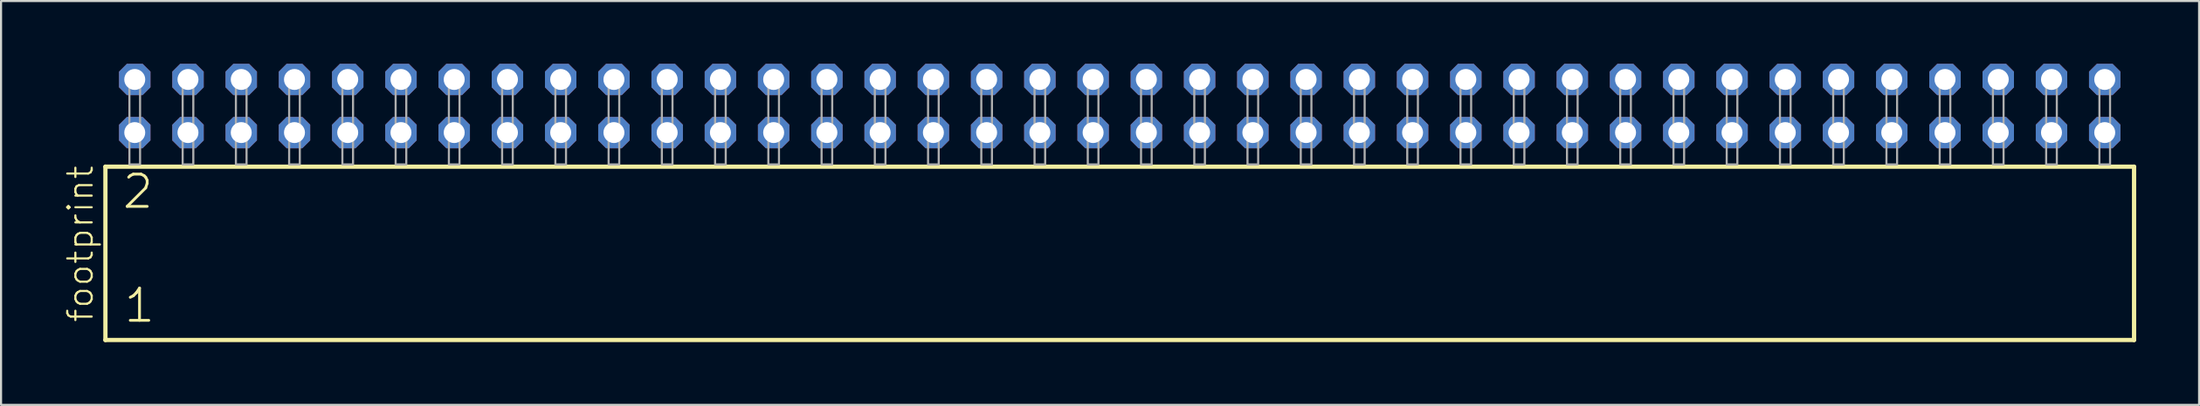
<source format=kicad_pcb>
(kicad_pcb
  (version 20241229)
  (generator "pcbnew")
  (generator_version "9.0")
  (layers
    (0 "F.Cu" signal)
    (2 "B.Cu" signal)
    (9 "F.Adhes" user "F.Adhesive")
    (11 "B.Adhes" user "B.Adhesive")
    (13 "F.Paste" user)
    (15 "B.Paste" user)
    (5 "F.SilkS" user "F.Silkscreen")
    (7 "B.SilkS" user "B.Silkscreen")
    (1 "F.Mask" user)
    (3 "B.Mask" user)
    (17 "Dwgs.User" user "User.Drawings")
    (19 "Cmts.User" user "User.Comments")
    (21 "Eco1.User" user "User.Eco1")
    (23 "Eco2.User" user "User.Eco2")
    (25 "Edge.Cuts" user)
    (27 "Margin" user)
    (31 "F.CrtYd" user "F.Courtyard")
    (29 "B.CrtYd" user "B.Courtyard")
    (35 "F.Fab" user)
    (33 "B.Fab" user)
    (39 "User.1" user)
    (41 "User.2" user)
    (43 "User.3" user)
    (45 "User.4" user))
  (footprint "footprint"
    (layer "F.Cu")
    (at 50.368 4.814)
    (property "Reference" "footprint" (at -48.895 7.62 90) (layer "F.SilkS") (effects (font (size 1.168 1.168) (thickness 0.102)) (justify left bottom)))
    (fp_line (start -48.389 0.106) (end -48.389 8.396) (stroke (width 0.203) (type solid)) (layer "F.SilkS"))
    (fp_line (start -48.389 8.396) (end 48.389 8.396) (stroke (width 0.203) (type solid)) (layer "F.SilkS"))
    (fp_line (start 48.389 0.106) (end -48.389 0.106) (stroke (width 0.203) (type solid)) (layer "F.SilkS"))
    (fp_line (start 48.389 8.396) (end 48.389 0.106) (stroke (width 0.203) (type solid)) (layer "F.SilkS"))
    (fp_poly (pts (xy -47.244 0) (xy -46.736 0) (xy -46.736 -4.318) (xy -47.244 -4.318)) (stroke (width 0.1) (type solid)) (fill no) (layer "F.Fab"))
    (fp_poly (pts (xy -44.704 0) (xy -44.196 0) (xy -44.196 -4.318) (xy -44.704 -4.318)) (stroke (width 0.1) (type solid)) (fill no) (layer "F.Fab"))
    (fp_poly (pts (xy -42.164 0) (xy -41.656 0) (xy -41.656 -4.318) (xy -42.164 -4.318)) (stroke (width 0.1) (type solid)) (fill no) (layer "F.Fab"))
    (fp_poly (pts (xy -39.624 0) (xy -39.116 0) (xy -39.116 -4.318) (xy -39.624 -4.318)) (stroke (width 0.1) (type solid)) (fill no) (layer "F.Fab"))
    (fp_poly (pts (xy -37.084 0) (xy -36.576 0) (xy -36.576 -4.318) (xy -37.084 -4.318)) (stroke (width 0.1) (type solid)) (fill no) (layer "F.Fab"))
    (fp_poly (pts (xy -34.544 0) (xy -34.036 0) (xy -34.036 -4.318) (xy -34.544 -4.318)) (stroke (width 0.1) (type solid)) (fill no) (layer "F.Fab"))
    (fp_poly (pts (xy -32.004 0) (xy -31.496 0) (xy -31.496 -4.318) (xy -32.004 -4.318)) (stroke (width 0.1) (type solid)) (fill no) (layer "F.Fab"))
    (fp_poly (pts (xy -29.464 0) (xy -28.956 0) (xy -28.956 -4.318) (xy -29.464 -4.318)) (stroke (width 0.1) (type solid)) (fill no) (layer "F.Fab"))
    (fp_poly (pts (xy -26.924 0) (xy -26.416 0) (xy -26.416 -4.318) (xy -26.924 -4.318)) (stroke (width 0.1) (type solid)) (fill no) (layer "F.Fab"))
    (fp_poly (pts (xy -24.384 0) (xy -23.876 0) (xy -23.876 -4.318) (xy -24.384 -4.318)) (stroke (width 0.1) (type solid)) (fill no) (layer "F.Fab"))
    (fp_poly (pts (xy -21.844 0) (xy -21.336 0) (xy -21.336 -4.318) (xy -21.844 -4.318)) (stroke (width 0.1) (type solid)) (fill no) (layer "F.Fab"))
    (fp_poly (pts (xy -19.304 0) (xy -18.796 0) (xy -18.796 -4.318) (xy -19.304 -4.318)) (stroke (width 0.1) (type solid)) (fill no) (layer "F.Fab"))
    (fp_poly (pts (xy -16.764 0) (xy -16.256 0) (xy -16.256 -4.318) (xy -16.764 -4.318)) (stroke (width 0.1) (type solid)) (fill no) (layer "F.Fab"))
    (fp_poly (pts (xy -14.224 0) (xy -13.716 0) (xy -13.716 -4.318) (xy -14.224 -4.318)) (stroke (width 0.1) (type solid)) (fill no) (layer "F.Fab"))
    (fp_poly (pts (xy -11.684 0) (xy -11.176 0) (xy -11.176 -4.318) (xy -11.684 -4.318)) (stroke (width 0.1) (type solid)) (fill no) (layer "F.Fab"))
    (fp_poly (pts (xy -9.144 0) (xy -8.636 0) (xy -8.636 -4.318) (xy -9.144 -4.318)) (stroke (width 0.1) (type solid)) (fill no) (layer "F.Fab"))
    (fp_poly (pts (xy -6.604 0) (xy -6.096 0) (xy -6.096 -4.318) (xy -6.604 -4.318)) (stroke (width 0.1) (type solid)) (fill no) (layer "F.Fab"))
    (fp_poly (pts (xy -4.064 0) (xy -3.556 0) (xy -3.556 -4.318) (xy -4.064 -4.318)) (stroke (width 0.1) (type solid)) (fill no) (layer "F.Fab"))
    (fp_poly (pts (xy -1.524 0) (xy -1.016 0) (xy -1.016 -4.318) (xy -1.524 -4.318)) (stroke (width 0.1) (type solid)) (fill no) (layer "F.Fab"))
    (fp_poly (pts (xy 1.016 0) (xy 1.524 0) (xy 1.524 -4.318) (xy 1.016 -4.318)) (stroke (width 0.1) (type solid)) (fill no) (layer "F.Fab"))
    (fp_poly (pts (xy 3.556 0) (xy 4.064 0) (xy 4.064 -4.318) (xy 3.556 -4.318)) (stroke (width 0.1) (type solid)) (fill no) (layer "F.Fab"))
    (fp_poly (pts (xy 6.096 0) (xy 6.604 0) (xy 6.604 -4.318) (xy 6.096 -4.318)) (stroke (width 0.1) (type solid)) (fill no) (layer "F.Fab"))
    (fp_poly (pts (xy 8.636 0) (xy 9.144 0) (xy 9.144 -4.318) (xy 8.636 -4.318)) (stroke (width 0.1) (type solid)) (fill no) (layer "F.Fab"))
    (fp_poly (pts (xy 11.176 0) (xy 11.684 0) (xy 11.684 -4.318) (xy 11.176 -4.318)) (stroke (width 0.1) (type solid)) (fill no) (layer "F.Fab"))
    (fp_poly (pts (xy 13.716 0) (xy 14.224 0) (xy 14.224 -4.318) (xy 13.716 -4.318)) (stroke (width 0.1) (type solid)) (fill no) (layer "F.Fab"))
    (fp_poly (pts (xy 16.256 0) (xy 16.764 0) (xy 16.764 -4.318) (xy 16.256 -4.318)) (stroke (width 0.1) (type solid)) (fill no) (layer "F.Fab"))
    (fp_poly (pts (xy 18.796 0) (xy 19.304 0) (xy 19.304 -4.318) (xy 18.796 -4.318)) (stroke (width 0.1) (type solid)) (fill no) (layer "F.Fab"))
    (fp_poly (pts (xy 21.336 0) (xy 21.844 0) (xy 21.844 -4.318) (xy 21.336 -4.318)) (stroke (width 0.1) (type solid)) (fill no) (layer "F.Fab"))
    (fp_poly (pts (xy 23.876 0) (xy 24.384 0) (xy 24.384 -4.318) (xy 23.876 -4.318)) (stroke (width 0.1) (type solid)) (fill no) (layer "F.Fab"))
    (fp_poly (pts (xy 26.416 0) (xy 26.924 0) (xy 26.924 -4.318) (xy 26.416 -4.318)) (stroke (width 0.1) (type solid)) (fill no) (layer "F.Fab"))
    (fp_poly (pts (xy 28.956 0) (xy 29.464 0) (xy 29.464 -4.318) (xy 28.956 -4.318)) (stroke (width 0.1) (type solid)) (fill no) (layer "F.Fab"))
    (fp_poly (pts (xy 31.496 0) (xy 32.004 0) (xy 32.004 -4.318) (xy 31.496 -4.318)) (stroke (width 0.1) (type solid)) (fill no) (layer "F.Fab"))
    (fp_poly (pts (xy 34.036 0) (xy 34.544 0) (xy 34.544 -4.318) (xy 34.036 -4.318)) (stroke (width 0.1) (type solid)) (fill no) (layer "F.Fab"))
    (fp_poly (pts (xy 36.576 0) (xy 37.084 0) (xy 37.084 -4.318) (xy 36.576 -4.318)) (stroke (width 0.1) (type solid)) (fill no) (layer "F.Fab"))
    (fp_poly (pts (xy 39.116 0) (xy 39.624 0) (xy 39.624 -4.318) (xy 39.116 -4.318)) (stroke (width 0.1) (type solid)) (fill no) (layer "F.Fab"))
    (fp_poly (pts (xy 41.656 0) (xy 42.164 0) (xy 42.164 -4.318) (xy 41.656 -4.318)) (stroke (width 0.1) (type solid)) (fill no) (layer "F.Fab"))
    (fp_poly (pts (xy 44.196 0) (xy 44.704 0) (xy 44.704 -4.318) (xy 44.196 -4.318)) (stroke (width 0.1) (type solid)) (fill no) (layer "F.Fab"))
    (fp_poly (pts (xy 46.736 0) (xy 47.244 0) (xy 47.244 -4.318) (xy 46.736 -4.318)) (stroke (width 0.1) (type solid)) (fill no) (layer "F.Fab"))
    (fp_text user "1" (at -47.585 7.65 0) (layer "F.SilkS") (effects (font (size 1.542 1.542) (thickness 0.134)) (justify left bottom)))
    (fp_text user "2" (at -47.66 2.2 0) (layer "F.SilkS") (effects (font (size 1.542 1.542) (thickness 0.134)) (justify left bottom)))
    (pad "1" thru_hole roundrect (at -46.99 -1.524) (size 1.5 1.5) (drill 1) (layers "*.Cu" "*.Mask") (roundrect_rratio 0.25) (chamfer_ratio 0.25) (chamfer top_left top_right bottom_left bottom_right))
    (pad "2" thru_hole roundrect (at -46.99 -4.064) (size 1.5 1.5) (drill 1) (layers "*.Cu" "*.Mask") (roundrect_rratio 0.25) (chamfer_ratio 0.25) (chamfer top_left top_right bottom_left bottom_right))
    (pad "3" thru_hole roundrect (at -44.45 -1.524) (size 1.5 1.5) (drill 1) (layers "*.Cu" "*.Mask") (roundrect_rratio 0.25) (chamfer_ratio 0.25) (chamfer top_left top_right bottom_left bottom_right))
    (pad "4" thru_hole roundrect (at -44.45 -4.064) (size 1.5 1.5) (drill 1) (layers "*.Cu" "*.Mask") (roundrect_rratio 0.25) (chamfer_ratio 0.25) (chamfer top_left top_right bottom_left bottom_right))
    (pad "5" thru_hole roundrect (at -41.91 -1.524) (size 1.5 1.5) (drill 1) (layers "*.Cu" "*.Mask") (roundrect_rratio 0.25) (chamfer_ratio 0.25) (chamfer top_left top_right bottom_left bottom_right))
    (pad "6" thru_hole roundrect (at -41.91 -4.064) (size 1.5 1.5) (drill 1) (layers "*.Cu" "*.Mask") (roundrect_rratio 0.25) (chamfer_ratio 0.25) (chamfer top_left top_right bottom_left bottom_right))
    (pad "7" thru_hole roundrect (at -39.37 -1.524) (size 1.5 1.5) (drill 1) (layers "*.Cu" "*.Mask") (roundrect_rratio 0.25) (chamfer_ratio 0.25) (chamfer top_left top_right bottom_left bottom_right))
    (pad "8" thru_hole roundrect (at -39.37 -4.064) (size 1.5 1.5) (drill 1) (layers "*.Cu" "*.Mask") (roundrect_rratio 0.25) (chamfer_ratio 0.25) (chamfer top_left top_right bottom_left bottom_right))
    (pad "9" thru_hole roundrect (at -36.83 -1.524) (size 1.5 1.5) (drill 1) (layers "*.Cu" "*.Mask") (roundrect_rratio 0.25) (chamfer_ratio 0.25) (chamfer top_left top_right bottom_left bottom_right))
    (pad "10" thru_hole roundrect (at -36.83 -4.064) (size 1.5 1.5) (drill 1) (layers "*.Cu" "*.Mask") (roundrect_rratio 0.25) (chamfer_ratio 0.25) (chamfer top_left top_right bottom_left bottom_right))
    (pad "11" thru_hole roundrect (at -34.29 -1.524) (size 1.5 1.5) (drill 1) (layers "*.Cu" "*.Mask") (roundrect_rratio 0.25) (chamfer_ratio 0.25) (chamfer top_left top_right bottom_left bottom_right))
    (pad "12" thru_hole roundrect (at -34.29 -4.064) (size 1.5 1.5) (drill 1) (layers "*.Cu" "*.Mask") (roundrect_rratio 0.25) (chamfer_ratio 0.25) (chamfer top_left top_right bottom_left bottom_right))
    (pad "13" thru_hole roundrect (at -31.75 -1.524) (size 1.5 1.5) (drill 1) (layers "*.Cu" "*.Mask") (roundrect_rratio 0.25) (chamfer_ratio 0.25) (chamfer top_left top_right bottom_left bottom_right))
    (pad "14" thru_hole roundrect (at -31.75 -4.064) (size 1.5 1.5) (drill 1) (layers "*.Cu" "*.Mask") (roundrect_rratio 0.25) (chamfer_ratio 0.25) (chamfer top_left top_right bottom_left bottom_right))
    (pad "15" thru_hole roundrect (at -29.21 -1.524) (size 1.5 1.5) (drill 1) (layers "*.Cu" "*.Mask") (roundrect_rratio 0.25) (chamfer_ratio 0.25) (chamfer top_left top_right bottom_left bottom_right))
    (pad "16" thru_hole roundrect (at -29.21 -4.064) (size 1.5 1.5) (drill 1) (layers "*.Cu" "*.Mask") (roundrect_rratio 0.25) (chamfer_ratio 0.25) (chamfer top_left top_right bottom_left bottom_right))
    (pad "17" thru_hole roundrect (at -26.67 -1.524) (size 1.5 1.5) (drill 1) (layers "*.Cu" "*.Mask") (roundrect_rratio 0.25) (chamfer_ratio 0.25) (chamfer top_left top_right bottom_left bottom_right))
    (pad "18" thru_hole roundrect (at -26.67 -4.064) (size 1.5 1.5) (drill 1) (layers "*.Cu" "*.Mask") (roundrect_rratio 0.25) (chamfer_ratio 0.25) (chamfer top_left top_right bottom_left bottom_right))
    (pad "19" thru_hole roundrect (at -24.13 -1.524) (size 1.5 1.5) (drill 1) (layers "*.Cu" "*.Mask") (roundrect_rratio 0.25) (chamfer_ratio 0.25) (chamfer top_left top_right bottom_left bottom_right))
    (pad "20" thru_hole roundrect (at -24.13 -4.064) (size 1.5 1.5) (drill 1) (layers "*.Cu" "*.Mask") (roundrect_rratio 0.25) (chamfer_ratio 0.25) (chamfer top_left top_right bottom_left bottom_right))
    (pad "21" thru_hole roundrect (at -21.59 -1.524) (size 1.5 1.5) (drill 1) (layers "*.Cu" "*.Mask") (roundrect_rratio 0.25) (chamfer_ratio 0.25) (chamfer top_left top_right bottom_left bottom_right))
    (pad "22" thru_hole roundrect (at -21.59 -4.064) (size 1.5 1.5) (drill 1) (layers "*.Cu" "*.Mask") (roundrect_rratio 0.25) (chamfer_ratio 0.25) (chamfer top_left top_right bottom_left bottom_right))
    (pad "23" thru_hole roundrect (at -19.05 -1.524) (size 1.5 1.5) (drill 1) (layers "*.Cu" "*.Mask") (roundrect_rratio 0.25) (chamfer_ratio 0.25) (chamfer top_left top_right bottom_left bottom_right))
    (pad "24" thru_hole roundrect (at -19.05 -4.064) (size 1.5 1.5) (drill 1) (layers "*.Cu" "*.Mask") (roundrect_rratio 0.25) (chamfer_ratio 0.25) (chamfer top_left top_right bottom_left bottom_right))
    (pad "25" thru_hole roundrect (at -16.51 -1.524) (size 1.5 1.5) (drill 1) (layers "*.Cu" "*.Mask") (roundrect_rratio 0.25) (chamfer_ratio 0.25) (chamfer top_left top_right bottom_left bottom_right))
    (pad "26" thru_hole roundrect (at -16.51 -4.064) (size 1.5 1.5) (drill 1) (layers "*.Cu" "*.Mask") (roundrect_rratio 0.25) (chamfer_ratio 0.25) (chamfer top_left top_right bottom_left bottom_right))
    (pad "27" thru_hole roundrect (at -13.97 -1.524) (size 1.5 1.5) (drill 1) (layers "*.Cu" "*.Mask") (roundrect_rratio 0.25) (chamfer_ratio 0.25) (chamfer top_left top_right bottom_left bottom_right))
    (pad "28" thru_hole roundrect (at -13.97 -4.064) (size 1.5 1.5) (drill 1) (layers "*.Cu" "*.Mask") (roundrect_rratio 0.25) (chamfer_ratio 0.25) (chamfer top_left top_right bottom_left bottom_right))
    (pad "29" thru_hole roundrect (at -11.43 -1.524) (size 1.5 1.5) (drill 1) (layers "*.Cu" "*.Mask") (roundrect_rratio 0.25) (chamfer_ratio 0.25) (chamfer top_left top_right bottom_left bottom_right))
    (pad "30" thru_hole roundrect (at -11.43 -4.064) (size 1.5 1.5) (drill 1) (layers "*.Cu" "*.Mask") (roundrect_rratio 0.25) (chamfer_ratio 0.25) (chamfer top_left top_right bottom_left bottom_right))
    (pad "31" thru_hole roundrect (at -8.89 -1.524) (size 1.5 1.5) (drill 1) (layers "*.Cu" "*.Mask") (roundrect_rratio 0.25) (chamfer_ratio 0.25) (chamfer top_left top_right bottom_left bottom_right))
    (pad "32" thru_hole roundrect (at -8.89 -4.064) (size 1.5 1.5) (drill 1) (layers "*.Cu" "*.Mask") (roundrect_rratio 0.25) (chamfer_ratio 0.25) (chamfer top_left top_right bottom_left bottom_right))
    (pad "33" thru_hole roundrect (at -6.35 -1.524) (size 1.5 1.5) (drill 1) (layers "*.Cu" "*.Mask") (roundrect_rratio 0.25) (chamfer_ratio 0.25) (chamfer top_left top_right bottom_left bottom_right))
    (pad "34" thru_hole roundrect (at -6.35 -4.064) (size 1.5 1.5) (drill 1) (layers "*.Cu" "*.Mask") (roundrect_rratio 0.25) (chamfer_ratio 0.25) (chamfer top_left top_right bottom_left bottom_right))
    (pad "35" thru_hole roundrect (at -3.81 -1.524) (size 1.5 1.5) (drill 1) (layers "*.Cu" "*.Mask") (roundrect_rratio 0.25) (chamfer_ratio 0.25) (chamfer top_left top_right bottom_left bottom_right))
    (pad "36" thru_hole roundrect (at -3.81 -4.064) (size 1.5 1.5) (drill 1) (layers "*.Cu" "*.Mask") (roundrect_rratio 0.25) (chamfer_ratio 0.25) (chamfer top_left top_right bottom_left bottom_right))
    (pad "37" thru_hole roundrect (at -1.27 -1.524) (size 1.5 1.5) (drill 1) (layers "*.Cu" "*.Mask") (roundrect_rratio 0.25) (chamfer_ratio 0.25) (chamfer top_left top_right bottom_left bottom_right))
    (pad "38" thru_hole roundrect (at -1.27 -4.064) (size 1.5 1.5) (drill 1) (layers "*.Cu" "*.Mask") (roundrect_rratio 0.25) (chamfer_ratio 0.25) (chamfer top_left top_right bottom_left bottom_right))
    (pad "39" thru_hole roundrect (at 1.27 -1.524) (size 1.5 1.5) (drill 1) (layers "*.Cu" "*.Mask") (roundrect_rratio 0.25) (chamfer_ratio 0.25) (chamfer top_left top_right bottom_left bottom_right))
    (pad "40" thru_hole roundrect (at 1.27 -4.064) (size 1.5 1.5) (drill 1) (layers "*.Cu" "*.Mask") (roundrect_rratio 0.25) (chamfer_ratio 0.25) (chamfer top_left top_right bottom_left bottom_right))
    (pad "41" thru_hole roundrect (at 3.81 -1.524) (size 1.5 1.5) (drill 1) (layers "*.Cu" "*.Mask") (roundrect_rratio 0.25) (chamfer_ratio 0.25) (chamfer top_left top_right bottom_left bottom_right))
    (pad "42" thru_hole roundrect (at 3.81 -4.064) (size 1.5 1.5) (drill 1) (layers "*.Cu" "*.Mask") (roundrect_rratio 0.25) (chamfer_ratio 0.25) (chamfer top_left top_right bottom_left bottom_right))
    (pad "43" thru_hole roundrect (at 6.35 -1.524) (size 1.5 1.5) (drill 1) (layers "*.Cu" "*.Mask") (roundrect_rratio 0.25) (chamfer_ratio 0.25) (chamfer top_left top_right bottom_left bottom_right))
    (pad "44" thru_hole roundrect (at 6.35 -4.064) (size 1.5 1.5) (drill 1) (layers "*.Cu" "*.Mask") (roundrect_rratio 0.25) (chamfer_ratio 0.25) (chamfer top_left top_right bottom_left bottom_right))
    (pad "45" thru_hole roundrect (at 8.89 -1.524) (size 1.5 1.5) (drill 1) (layers "*.Cu" "*.Mask") (roundrect_rratio 0.25) (chamfer_ratio 0.25) (chamfer top_left top_right bottom_left bottom_right))
    (pad "46" thru_hole roundrect (at 8.89 -4.064) (size 1.5 1.5) (drill 1) (layers "*.Cu" "*.Mask") (roundrect_rratio 0.25) (chamfer_ratio 0.25) (chamfer top_left top_right bottom_left bottom_right))
    (pad "47" thru_hole roundrect (at 11.43 -1.524) (size 1.5 1.5) (drill 1) (layers "*.Cu" "*.Mask") (roundrect_rratio 0.25) (chamfer_ratio 0.25) (chamfer top_left top_right bottom_left bottom_right))
    (pad "48" thru_hole roundrect (at 11.43 -4.064) (size 1.5 1.5) (drill 1) (layers "*.Cu" "*.Mask") (roundrect_rratio 0.25) (chamfer_ratio 0.25) (chamfer top_left top_right bottom_left bottom_right))
    (pad "49" thru_hole roundrect (at 13.97 -1.524) (size 1.5 1.5) (drill 1) (layers "*.Cu" "*.Mask") (roundrect_rratio 0.25) (chamfer_ratio 0.25) (chamfer top_left top_right bottom_left bottom_right))
    (pad "50" thru_hole roundrect (at 13.97 -4.064) (size 1.5 1.5) (drill 1) (layers "*.Cu" "*.Mask") (roundrect_rratio 0.25) (chamfer_ratio 0.25) (chamfer top_left top_right bottom_left bottom_right))
    (pad "51" thru_hole roundrect (at 16.51 -1.524) (size 1.5 1.5) (drill 1) (layers "*.Cu" "*.Mask") (roundrect_rratio 0.25) (chamfer_ratio 0.25) (chamfer top_left top_right bottom_left bottom_right))
    (pad "52" thru_hole roundrect (at 16.51 -4.064) (size 1.5 1.5) (drill 1) (layers "*.Cu" "*.Mask") (roundrect_rratio 0.25) (chamfer_ratio 0.25) (chamfer top_left top_right bottom_left bottom_right))
    (pad "53" thru_hole roundrect (at 19.05 -1.524) (size 1.5 1.5) (drill 1) (layers "*.Cu" "*.Mask") (roundrect_rratio 0.25) (chamfer_ratio 0.25) (chamfer top_left top_right bottom_left bottom_right))
    (pad "54" thru_hole roundrect (at 19.05 -4.064) (size 1.5 1.5) (drill 1) (layers "*.Cu" "*.Mask") (roundrect_rratio 0.25) (chamfer_ratio 0.25) (chamfer top_left top_right bottom_left bottom_right))
    (pad "55" thru_hole roundrect (at 21.59 -1.524) (size 1.5 1.5) (drill 1) (layers "*.Cu" "*.Mask") (roundrect_rratio 0.25) (chamfer_ratio 0.25) (chamfer top_left top_right bottom_left bottom_right))
    (pad "56" thru_hole roundrect (at 21.59 -4.064) (size 1.5 1.5) (drill 1) (layers "*.Cu" "*.Mask") (roundrect_rratio 0.25) (chamfer_ratio 0.25) (chamfer top_left top_right bottom_left bottom_right))
    (pad "57" thru_hole roundrect (at 24.13 -1.524) (size 1.5 1.5) (drill 1) (layers "*.Cu" "*.Mask") (roundrect_rratio 0.25) (chamfer_ratio 0.25) (chamfer top_left top_right bottom_left bottom_right))
    (pad "58" thru_hole roundrect (at 24.13 -4.064) (size 1.5 1.5) (drill 1) (layers "*.Cu" "*.Mask") (roundrect_rratio 0.25) (chamfer_ratio 0.25) (chamfer top_left top_right bottom_left bottom_right))
    (pad "59" thru_hole roundrect (at 26.67 -1.524) (size 1.5 1.5) (drill 1) (layers "*.Cu" "*.Mask") (roundrect_rratio 0.25) (chamfer_ratio 0.25) (chamfer top_left top_right bottom_left bottom_right))
    (pad "60" thru_hole roundrect (at 26.67 -4.064) (size 1.5 1.5) (drill 1) (layers "*.Cu" "*.Mask") (roundrect_rratio 0.25) (chamfer_ratio 0.25) (chamfer top_left top_right bottom_left bottom_right))
    (pad "61" thru_hole roundrect (at 29.21 -1.524) (size 1.5 1.5) (drill 1) (layers "*.Cu" "*.Mask") (roundrect_rratio 0.25) (chamfer_ratio 0.25) (chamfer top_left top_right bottom_left bottom_right))
    (pad "62" thru_hole roundrect (at 29.21 -4.064) (size 1.5 1.5) (drill 1) (layers "*.Cu" "*.Mask") (roundrect_rratio 0.25) (chamfer_ratio 0.25) (chamfer top_left top_right bottom_left bottom_right))
    (pad "63" thru_hole roundrect (at 31.75 -1.524) (size 1.5 1.5) (drill 1) (layers "*.Cu" "*.Mask") (roundrect_rratio 0.25) (chamfer_ratio 0.25) (chamfer top_left top_right bottom_left bottom_right))
    (pad "64" thru_hole roundrect (at 31.75 -4.064) (size 1.5 1.5) (drill 1) (layers "*.Cu" "*.Mask") (roundrect_rratio 0.25) (chamfer_ratio 0.25) (chamfer top_left top_right bottom_left bottom_right))
    (pad "65" thru_hole roundrect (at 34.29 -1.524) (size 1.5 1.5) (drill 1) (layers "*.Cu" "*.Mask") (roundrect_rratio 0.25) (chamfer_ratio 0.25) (chamfer top_left top_right bottom_left bottom_right))
    (pad "66" thru_hole roundrect (at 34.29 -4.064) (size 1.5 1.5) (drill 1) (layers "*.Cu" "*.Mask") (roundrect_rratio 0.25) (chamfer_ratio 0.25) (chamfer top_left top_right bottom_left bottom_right))
    (pad "67" thru_hole roundrect (at 36.83 -1.524) (size 1.5 1.5) (drill 1) (layers "*.Cu" "*.Mask") (roundrect_rratio 0.25) (chamfer_ratio 0.25) (chamfer top_left top_right bottom_left bottom_right))
    (pad "68" thru_hole roundrect (at 36.83 -4.064) (size 1.5 1.5) (drill 1) (layers "*.Cu" "*.Mask") (roundrect_rratio 0.25) (chamfer_ratio 0.25) (chamfer top_left top_right bottom_left bottom_right))
    (pad "69" thru_hole roundrect (at 39.37 -1.524) (size 1.5 1.5) (drill 1) (layers "*.Cu" "*.Mask") (roundrect_rratio 0.25) (chamfer_ratio 0.25) (chamfer top_left top_right bottom_left bottom_right))
    (pad "70" thru_hole roundrect (at 39.37 -4.064) (size 1.5 1.5) (drill 1) (layers "*.Cu" "*.Mask") (roundrect_rratio 0.25) (chamfer_ratio 0.25) (chamfer top_left top_right bottom_left bottom_right))
    (pad "71" thru_hole roundrect (at 41.91 -1.524) (size 1.5 1.5) (drill 1) (layers "*.Cu" "*.Mask") (roundrect_rratio 0.25) (chamfer_ratio 0.25) (chamfer top_left top_right bottom_left bottom_right))
    (pad "72" thru_hole roundrect (at 41.91 -4.064) (size 1.5 1.5) (drill 1) (layers "*.Cu" "*.Mask") (roundrect_rratio 0.25) (chamfer_ratio 0.25) (chamfer top_left top_right bottom_left bottom_right))
    (pad "73" thru_hole roundrect (at 44.45 -1.524) (size 1.5 1.5) (drill 1) (layers "*.Cu" "*.Mask") (roundrect_rratio 0.25) (chamfer_ratio 0.25) (chamfer top_left top_right bottom_left bottom_right))
    (pad "74" thru_hole roundrect (at 44.45 -4.064) (size 1.5 1.5) (drill 1) (layers "*.Cu" "*.Mask") (roundrect_rratio 0.25) (chamfer_ratio 0.25) (chamfer top_left top_right bottom_left bottom_right))
    (pad "75" thru_hole roundrect (at 46.99 -1.524) (size 1.5 1.5) (drill 1) (layers "*.Cu" "*.Mask") (roundrect_rratio 0.25) (chamfer_ratio 0.25) (chamfer top_left top_right bottom_left bottom_right))
    (pad "76" thru_hole roundrect (at 46.99 -4.064) (size 1.5 1.5) (drill 1) (layers "*.Cu" "*.Mask") (roundrect_rratio 0.25) (chamfer_ratio 0.25) (chamfer top_left top_right bottom_left bottom_right)))
  (gr_rect
    (start -3 -3)
    (end 101.859 16.312)
    (stroke (width 0.1) (type default))
    (fill no)
    (layer "Edge.Cuts")))
</source>
